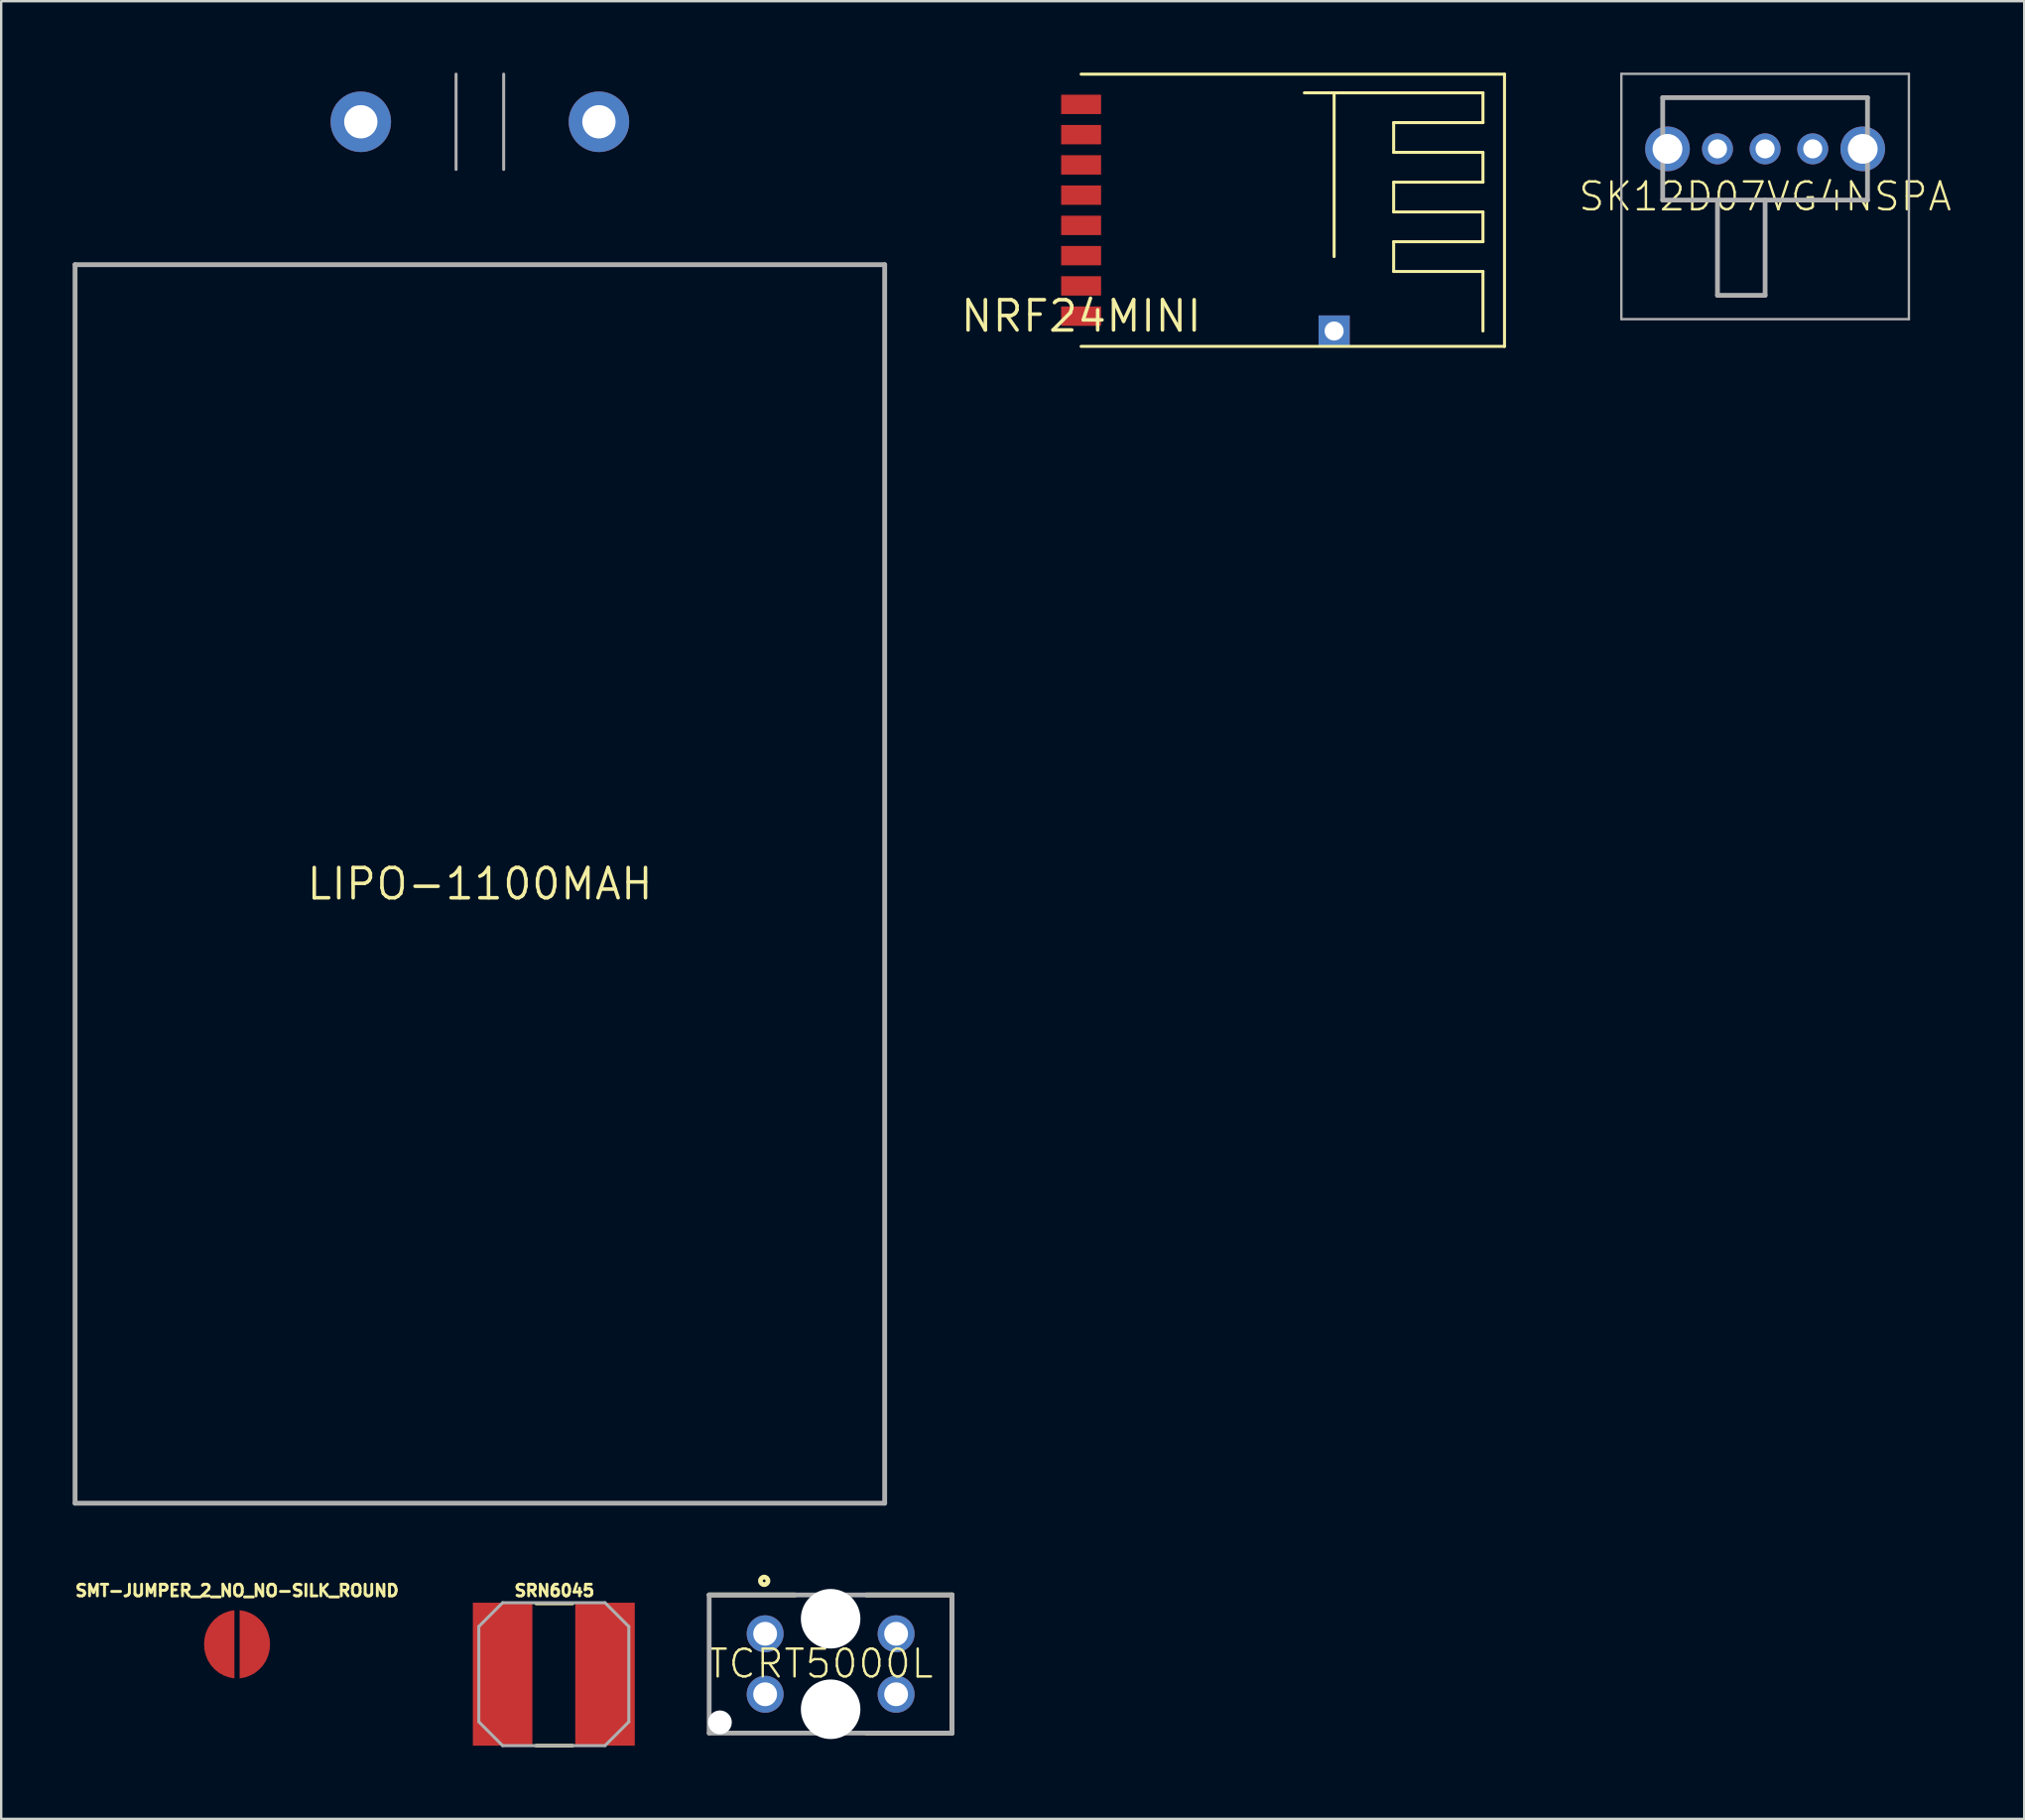
<source format=kicad_pcb>
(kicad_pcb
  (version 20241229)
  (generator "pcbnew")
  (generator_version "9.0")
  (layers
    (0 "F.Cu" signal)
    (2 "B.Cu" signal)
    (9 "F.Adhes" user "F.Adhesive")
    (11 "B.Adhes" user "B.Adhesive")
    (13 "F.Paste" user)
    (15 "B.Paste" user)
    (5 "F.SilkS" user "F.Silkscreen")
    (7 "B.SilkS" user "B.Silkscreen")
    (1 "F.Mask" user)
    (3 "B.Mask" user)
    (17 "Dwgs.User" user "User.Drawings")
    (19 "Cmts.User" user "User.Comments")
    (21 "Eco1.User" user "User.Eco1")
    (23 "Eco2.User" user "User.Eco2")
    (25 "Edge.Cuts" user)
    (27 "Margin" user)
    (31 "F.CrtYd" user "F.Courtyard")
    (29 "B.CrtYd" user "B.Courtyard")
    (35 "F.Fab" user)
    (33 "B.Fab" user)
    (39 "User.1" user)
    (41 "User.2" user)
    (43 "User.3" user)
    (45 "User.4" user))
  (footprint "TCRT5000L"
    (layer "F.Cu")
    (at 31.832 66.815)
    (property "Reference" "TCRT5000L" (at -0.432 -0.015 0) (layer "F.SilkS") (effects (font (size 1.168 1.168) (thickness 0.102))))
    (fp_line (start -5.1 -2.9) (end -1.5 -2.9) (stroke (width 0.2) (type solid)) (layer "F.SilkS"))
    (fp_line (start 5.1 -2.9) (end 1.5 -2.9) (stroke (width 0.2) (type solid)) (layer "F.SilkS"))
    (fp_line (start 5.1 2.9) (end 1.5 2.9) (stroke (width 0.2) (type solid)) (layer "F.SilkS"))
    (fp_line (start 5.1 2.9) (end 5.1 -2.9) (stroke (width 0.2) (type solid)) (layer "F.SilkS"))
    (fp_circle (center -2.79 -3.492) (end -2.732 -3.492) (stroke (width 0.2) (type solid)) (fill no) (layer "F.SilkS"))
    (fp_line (start -5.1 -2.9) (end 5.1 -2.9) (stroke (width 0.2) (type solid)) (layer "F.Fab"))
    (fp_line (start -5.1 2.9) (end -5.1 -2.9) (stroke (width 0.2) (type solid)) (layer "F.Fab"))
    (fp_line (start 5.1 -2.9) (end 5.1 2.9) (stroke (width 0.2) (type solid)) (layer "F.Fab"))
    (fp_line (start 5.1 2.9) (end -5.1 2.9) (stroke (width 0.2) (type solid)) (layer "F.Fab"))
    (pad "" np_thru_hole circle (at -4.65 2.45) (size 1 1) (drill 1) (layers "*.Cu" "*.Mask"))
    (pad "" np_thru_hole circle (at 0 -1.9) (size 2.5 2.5) (drill 2.5) (layers "*.Cu" "*.Mask"))
    (pad "" np_thru_hole circle (at 0 1.9) (size 2.5 2.5) (drill 2.5) (layers "*.Cu" "*.Mask"))
    (pad "1" thru_hole circle (at -2.75 -1.27) (size 1.55 1.55) (drill 1) (layers "*.Cu" "*.Mask"))
    (pad "2" thru_hole circle (at -2.75 1.27) (size 1.55 1.55) (drill 1) (layers "*.Cu" "*.Mask"))
    (pad "3" thru_hole circle (at 2.75 1.27) (size 1.55 1.55) (drill 1) (layers "*.Cu" "*.Mask"))
    (pad "4" thru_hole circle (at 2.75 -1.27) (size 1.55 1.55) (drill 1) (layers "*.Cu" "*.Mask")))
  (footprint "SK12D07VG4NSPA"
    (layer "F.Cu")
    (at 69.075 3.2)
    (property "Reference" "SK12D07VG4NSPA" (at 2 2 0) (layer "F.SilkS") (effects (font (size 1.168 1.168) (thickness 0.102))))
    (fp_line (start -2.3 -2.15) (end 6.3 -2.15) (stroke (width 0.1) (type solid)) (layer "F.SilkS"))
    (fp_line (start -2.3 -1.5) (end -2.3 -2.15) (stroke (width 0.1) (type solid)) (layer "F.SilkS"))
    (fp_line (start -2.3 1.5) (end -2.3 2.15) (stroke (width 0.1) (type solid)) (layer "F.SilkS"))
    (fp_line (start -2.3 2.15) (end 6.3 2.15) (stroke (width 0.1) (type solid)) (layer "F.SilkS"))
    (fp_line (start 6.3 -2.15) (end 6.3 -1.5) (stroke (width 0.1) (type solid)) (layer "F.SilkS"))
    (fp_line (start 6.3 2.15) (end 6.3 1.5) (stroke (width 0.1) (type solid)) (layer "F.SilkS"))
    (fp_line (start -4.037 -3.15) (end 8.038 -3.15) (stroke (width 0.1) (type solid)) (layer "F.Fab"))
    (fp_line (start -4.037 7.15) (end -4.037 -3.15) (stroke (width 0.1) (type solid)) (layer "F.Fab"))
    (fp_line (start -2.3 -2.15) (end 6.3 -2.15) (stroke (width 0.2) (type solid)) (layer "F.Fab"))
    (fp_line (start -2.3 2.15) (end -2.3 -2.15) (stroke (width 0.2) (type solid)) (layer "F.Fab"))
    (fp_line (start 0 2.15) (end 0 6.15) (stroke (width 0.2) (type solid)) (layer "F.Fab"))
    (fp_line (start 0 6.15) (end 2 6.15) (stroke (width 0.2) (type solid)) (layer "F.Fab"))
    (fp_line (start 2 6.15) (end 2 2.15) (stroke (width 0.2) (type solid)) (layer "F.Fab"))
    (fp_line (start 6.3 -2.15) (end 6.3 2.15) (stroke (width 0.2) (type solid)) (layer "F.Fab"))
    (fp_line (start 6.3 2.15) (end -2.3 2.15) (stroke (width 0.2) (type solid)) (layer "F.Fab"))
    (fp_line (start 8.038 -3.15) (end 8.038 7.15) (stroke (width 0.1) (type solid)) (layer "F.Fab"))
    (fp_line (start 8.038 7.15) (end -4.037 7.15) (stroke (width 0.1) (type solid)) (layer "F.Fab"))
    (pad "1" thru_hole circle (at 0 0) (size 1.3 1.3) (drill 0.8) (layers "*.Cu" "*.Mask"))
    (pad "2" thru_hole circle (at 2 0) (size 1.3 1.3) (drill 0.8) (layers "*.Cu" "*.Mask"))
    (pad "3" thru_hole circle (at 4 0) (size 1.3 1.3) (drill 0.8) (layers "*.Cu" "*.Mask"))
    (pad "MH1" thru_hole circle (at -2.1 0) (size 1.875 1.875) (drill 1.25) (layers "*.Cu" "*.Mask"))
    (pad "MH2" thru_hole circle (at 6.1 0) (size 1.875 1.875) (drill 1.25) (layers "*.Cu" "*.Mask")))
  (footprint "LIPO-1100MAH"
    (layer "F.Cu")
    (at 17.102 34.063)
    (property "Reference" "LIPO-1100MAH" (at 0 0 0) (layer "F.SilkS") (effects (font (size 1.27 1.27) (thickness 0.15))))
    (fp_line (start -17 -26) (end -17 26) (stroke (width 0.203) (type solid)) (layer "F.Fab"))
    (fp_line (start -17 26) (end 17 26) (stroke (width 0.203) (type solid)) (layer "F.Fab"))
    (fp_line (start -1 -34) (end -1 -30) (stroke (width 0.127) (type solid)) (layer "F.Fab"))
    (fp_line (start 1 -34) (end 1 -30) (stroke (width 0.127) (type solid)) (layer "F.Fab"))
    (fp_line (start 17 -26) (end -17 -26) (stroke (width 0.203) (type solid)) (layer "F.Fab"))
    (fp_line (start 17 26) (end 17 -26) (stroke (width 0.203) (type solid)) (layer "F.Fab"))
    (pad "+" thru_hole circle (at -5 -32) (size 2.54 2.54) (drill 1.397) (layers "*.Cu" "*.Mask"))
    (pad "-" thru_hole circle (at 5 -32) (size 2.54 2.54) (drill 1.397) (layers "*.Cu" "*.Mask")))
  (footprint "SRN6045"
    (layer "F.Cu")
    (at 20.232 67.242)
    (property "Reference" "SRN6045" (at 0 -3.223 0) (layer "F.SilkS") (effects (font (size 0.488 0.488) (thickness 0.122)) (justify bottom)))
    (fp_line (start -0.762 -2.969) (end 0.762 -2.969) (stroke (width 0.152) (type solid)) (layer "F.SilkS"))
    (fp_line (start -0.762 3) (end 0.762 3) (stroke (width 0.152) (type solid)) (layer "F.SilkS"))
    (fp_line (start -3.175 -2) (end -2.175 -3) (stroke (width 0.127) (type solid)) (layer "F.Fab"))
    (fp_line (start -3.175 2) (end -3.175 -2) (stroke (width 0.127) (type solid)) (layer "F.Fab"))
    (fp_line (start -2.175 -3) (end 2.125 -3) (stroke (width 0.127) (type solid)) (layer "F.Fab"))
    (fp_line (start -2.175 3) (end -3.175 2) (stroke (width 0.127) (type solid)) (layer "F.Fab"))
    (fp_line (start 2.125 -3) (end 3.125 -2) (stroke (width 0.127) (type solid)) (layer "F.Fab"))
    (fp_line (start 2.125 3) (end -2.175 3) (stroke (width 0.127) (type solid)) (layer "F.Fab"))
    (fp_line (start 3.125 -2) (end 3.125 2) (stroke (width 0.127) (type solid)) (layer "F.Fab"))
    (fp_line (start 3.125 2) (end 2.125 3) (stroke (width 0.127) (type solid)) (layer "F.Fab"))
    (pad "1" smd rect (at -2.175 0 90) (size 6 2.5) (layers "F.Cu" "F.Mask" "F.Paste"))
    (pad "2" smd rect (at 2.125 0 90) (size 6 2.5) (layers "F.Cu" "F.Mask" "F.Paste")))
  (footprint "SMT-JUMPER_2_NO_NO-SILK_ROUND"
    (layer "F.Cu")
    (at 6.904 65.987)
    (property "Reference" "SMT-JUMPER_2_NO_NO-SILK_ROUND" (at 0 -1.968 0) (layer "F.SilkS") (effects (font (size 0.488 0.488) (thickness 0.122)) (justify bottom)))
    (fp_poly (pts (xy -0.109 1.432) (xy -0.341 1.388) (xy -0.56 1.308) (xy -0.763 1.194) (xy -0.945 1.047) (xy -1.1 0.873) (xy -1.224 0.675) (xy -1.314 0.46) (xy -1.368 0.233) (xy -1.384 0) (xy -1.368 -0.233) (xy -1.314 -0.46) (xy -1.224 -0.675) (xy -1.1 -0.873) (xy -0.945 -1.047) (xy -0.763 -1.194) (xy -0.56 -1.308) (xy -0.341 -1.388) (xy -0.109 -1.432)) (stroke (width 0) (type solid)) (fill yes) (layer "F.Cu"))
    (fp_poly (pts (xy 0.341 -1.388) (xy 0.56 -1.308) (xy 0.763 -1.194) (xy 0.945 -1.047) (xy 1.1 -0.873) (xy 1.224 -0.675) (xy 1.314 -0.46) (xy 1.368 -0.233) (xy 1.384 0) (xy 1.368 0.233) (xy 1.314 0.46) (xy 1.224 0.675) (xy 1.1 0.873) (xy 0.945 1.047) (xy 0.763 1.194) (xy 0.56 1.308) (xy 0.341 1.388) (xy 0.109 1.432) (xy 0.109 -1.432)) (stroke (width 0) (type solid)) (fill yes) (layer "F.Cu"))
    (fp_poly (pts (xy 0.266 -1.507) (xy 0.524 -1.438) (xy 0.765 -1.326) (xy 0.984 -1.173) (xy 1.173 -0.984) (xy 1.326 -0.765) (xy 1.44 -0.519) (xy 1.531 -0.004) (xy 1.507 0.266) (xy 1.438 0.524) (xy 1.326 0.765) (xy 1.173 0.984) (xy 0.984 1.173) (xy 0.765 1.326) (xy 0.524 1.438) (xy 0.266 1.507) (xy 0 1.531) (xy -0.266 1.507) (xy -0.524 1.438) (xy -0.765 1.326) (xy -0.984 1.173) (xy -1.173 0.984) (xy -1.326 0.765) (xy -1.438 0.524) (xy -1.507 0.266) (xy -1.531 0) (xy -1.507 -0.266) (xy -1.438 -0.524) (xy -1.326 -0.765) (xy -1.173 -0.984) (xy -0.984 -1.173) (xy -0.765 -1.326) (xy -0.524 -1.438) (xy -0.266 -1.507) (xy 0 -1.531)) (stroke (width 0) (type solid)) (fill yes) (layer "F.Mask"))
    (pad "1" smd roundrect (at -1.27 0 270) (size 0.305 0.152) (layers "F.Cu") (roundrect_rratio 0.1))
    (pad "2" smd roundrect (at 1.27 0 90) (size 0.305 0.152) (layers "F.Cu") (roundrect_rratio 0.1)))
  (footprint "NRF24MINI"
    (layer "F.Cu")
    (at 42.351 10.223)
    (property "Reference" "NRF24MINI" (at 0 0 0) (layer "F.SilkS") (effects (font (size 1.27 1.27) (thickness 0.15))))
    (fp_line (start 0 -10.16) (end 17.78 -10.16) (stroke (width 0.127) (type solid)) (layer "F.SilkS"))
    (fp_line (start 9.375 -9.375) (end 10.625 -9.375) (stroke (width 0.127) (type solid)) (layer "F.SilkS"))
    (fp_line (start 10.625 -9.375) (end 10.625 -2.5) (stroke (width 0.127) (type solid)) (layer "F.SilkS"))
    (fp_line (start 10.625 -9.375) (end 16.875 -9.375) (stroke (width 0.127) (type solid)) (layer "F.SilkS"))
    (fp_line (start 13.125 -8.125) (end 13.125 -6.875) (stroke (width 0.127) (type solid)) (layer "F.SilkS"))
    (fp_line (start 13.125 -6.875) (end 16.875 -6.875) (stroke (width 0.127) (type solid)) (layer "F.SilkS"))
    (fp_line (start 13.125 -5.625) (end 13.125 -4.375) (stroke (width 0.127) (type solid)) (layer "F.SilkS"))
    (fp_line (start 13.125 -4.375) (end 16.875 -4.375) (stroke (width 0.127) (type solid)) (layer "F.SilkS"))
    (fp_line (start 13.125 -3.125) (end 13.125 -1.875) (stroke (width 0.127) (type solid)) (layer "F.SilkS"))
    (fp_line (start 13.125 -1.875) (end 16.875 -1.875) (stroke (width 0.127) (type solid)) (layer "F.SilkS"))
    (fp_line (start 16.875 -9.375) (end 16.875 -8.125) (stroke (width 0.127) (type solid)) (layer "F.SilkS"))
    (fp_line (start 16.875 -8.125) (end 13.125 -8.125) (stroke (width 0.127) (type solid)) (layer "F.SilkS"))
    (fp_line (start 16.875 -6.875) (end 16.875 -5.625) (stroke (width 0.127) (type solid)) (layer "F.SilkS"))
    (fp_line (start 16.875 -5.625) (end 13.125 -5.625) (stroke (width 0.127) (type solid)) (layer "F.SilkS"))
    (fp_line (start 16.875 -4.375) (end 16.875 -3.125) (stroke (width 0.127) (type solid)) (layer "F.SilkS"))
    (fp_line (start 16.875 -3.125) (end 13.125 -3.125) (stroke (width 0.127) (type solid)) (layer "F.SilkS"))
    (fp_line (start 16.875 -1.875) (end 16.875 0.625) (stroke (width 0.127) (type solid)) (layer "F.SilkS"))
    (fp_line (start 17.78 -10.16) (end 17.78 1.27) (stroke (width 0.127) (type solid)) (layer "F.SilkS"))
    (fp_line (start 17.78 1.27) (end 0 1.27) (stroke (width 0.127) (type solid)) (layer "F.SilkS"))
    (pad "3V3" smd rect (at 0 -8.89) (size 1.676 0.813) (layers "F.Cu" "F.Mask" "F.Paste"))
    (pad "CE" smd rect (at 0 -6.35) (size 1.676 0.813) (layers "F.Cu" "F.Mask" "F.Paste"))
    (pad "CSN" smd rect (at 0 -5.08) (size 1.676 0.813) (layers "F.Cu" "F.Mask" "F.Paste"))
    (pad "GND" smd rect (at 0 -7.62) (size 1.676 0.813) (layers "F.Cu" "F.Mask" "F.Paste"))
    (pad "GND2" thru_hole rect (at 10.625 0.625) (size 1.308 1.308) (drill 0.8) (layers "*.Cu" "*.Mask"))
    (pad "IRQ" smd rect (at 0 0) (size 1.676 0.813) (layers "F.Cu" "F.Mask" "F.Paste"))
    (pad "MISO" smd rect (at 0 -1.27) (size 1.676 0.813) (layers "F.Cu" "F.Mask" "F.Paste"))
    (pad "MOSI" smd rect (at 0 -2.54) (size 1.676 0.813) (layers "F.Cu" "F.Mask" "F.Paste"))
    (pad "SCK" smd rect (at 0 -3.81) (size 1.676 0.813) (layers "F.Cu" "F.Mask" "F.Paste")))
  (gr_rect
    (start -3 -3)
    (end 81.956 73.318)
    (stroke (width 0.1) (type default))
    (fill no)
    (layer "Edge.Cuts")))
</source>
